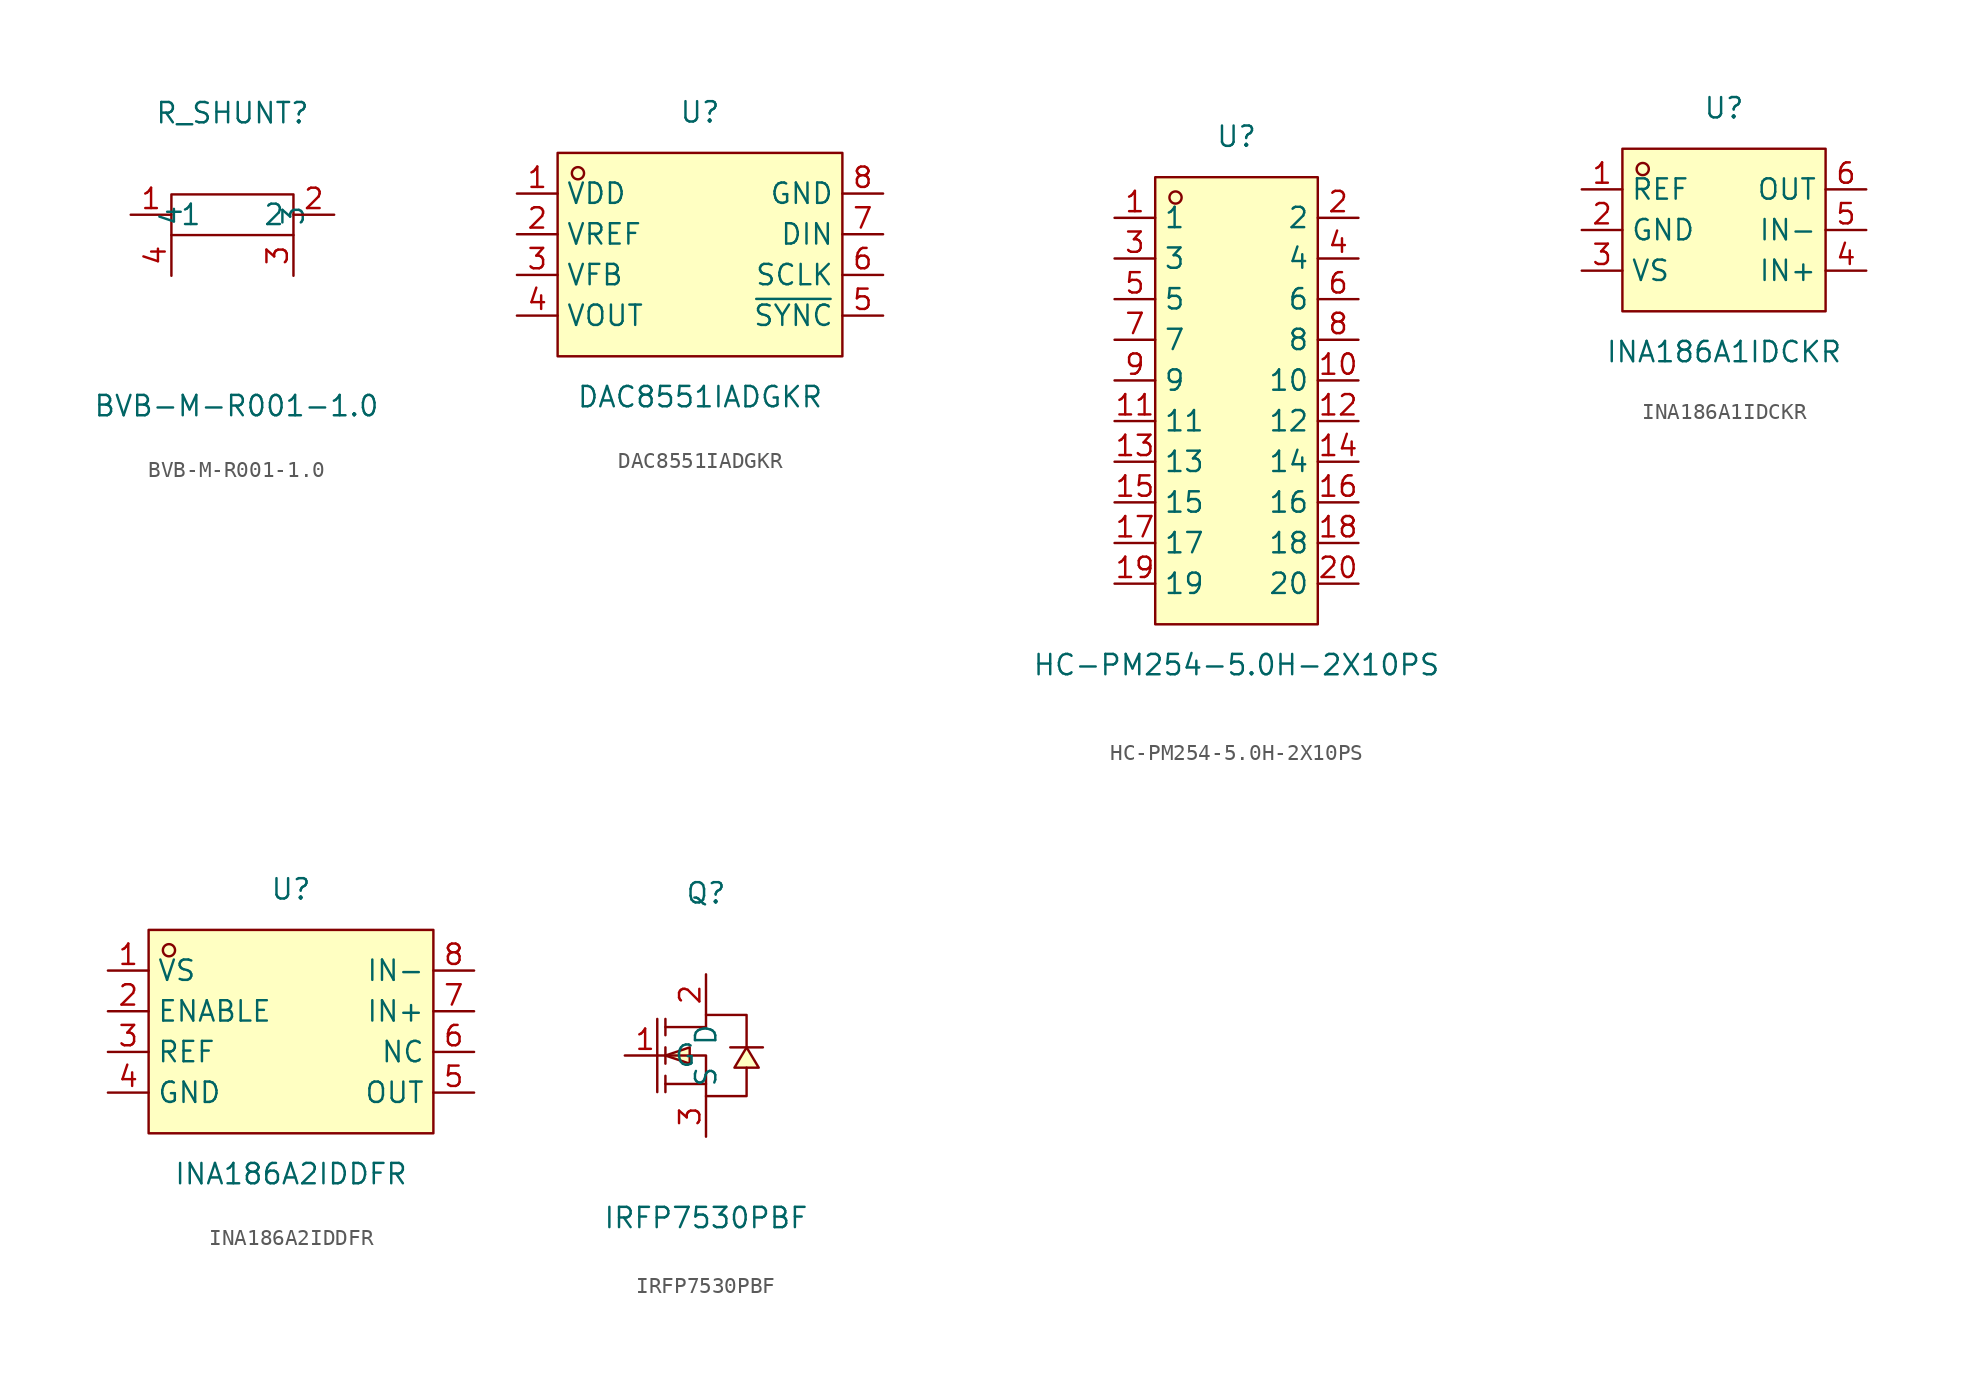
<source format=kicad_sym>
(kicad_symbol_lib
  (version 20241209)
  (generator "kicad_symbol_editor")
  (generator_version "9.0")
  (symbol "BVB-M-R001-1.0"
    (property "Reference" "R_SHUNT"
      (at 0 6.35 0)
      (effects (font (size 1.27 1.27))))
    (property "Value" "BVB-M-R001-1.0"
      (at 0.254 -11.938 0)
      (effects (font (size 1.27 1.27))))
    (symbol "BVB-M-R001-1.0_0_1"
      (rectangle (start -3.81 1.27) (end 3.81 -1.27) (stroke (width 0) (type default)) (fill (type none)))
      (pin unspecified line (at -6.35 0 0) (length 2.54) (name "1" (effects (font (size 1.27 1.27)))) (number "1" (effects (font (size 1.27 1.27))))))
    (symbol "BVB-M-R001-1.0_1_1"
      (pin output line (at -3.81 -3.81 90) (length 2.54) (name "4" (effects (font (size 1.27 1.27)))) (number "4" (effects (font (size 1.27 1.27)))))
      (pin output line (at 3.81 -3.81 90) (length 2.54) (name "3" (effects (font (size 1.27 1.27)))) (number "3" (effects (font (size 1.27 1.27)))))
      (pin unspecified line (at 6.35 0 180) (length 2.54) (name "2" (effects (font (size 1.27 1.27)))) (number "2" (effects (font (size 1.27 1.27)))))))
  (symbol "DAC8551IADGKR"
    (property "Reference" "U"
      (at 0 8.89 0)
      (effects (font (size 1.27 1.27))))
    (property "Value" "DAC8551IADGKR"
      (at 0 -8.89 0)
      (effects (font (size 1.27 1.27))))
    (symbol "DAC8551IADGKR_0_1"
      (rectangle (start -8.89 6.35) (end 8.89 -6.35) (stroke (width 0) (type default)) (fill (type background)))
      (circle (center -7.62 5.08) (radius 0.38) (stroke (width 0) (type default)) (fill (type none)))
      (pin unspecified line (at -11.43 3.81 0) (length 2.54) (name "VDD" (effects (font (size 1.27 1.27)))) (number "1" (effects (font (size 1.27 1.27)))))
      (pin unspecified line (at -11.43 1.27 0) (length 2.54) (name "VREF" (effects (font (size 1.27 1.27)))) (number "2" (effects (font (size 1.27 1.27)))))
      (pin unspecified line (at -11.43 -1.27 0) (length 2.54) (name "VFB" (effects (font (size 1.27 1.27)))) (number "3" (effects (font (size 1.27 1.27)))))
      (pin unspecified line (at -11.43 -3.81 0) (length 2.54) (name "VOUT" (effects (font (size 1.27 1.27)))) (number "4" (effects (font (size 1.27 1.27)))))
      (pin unspecified line (at 11.43 3.81 180) (length 2.54) (name "GND" (effects (font (size 1.27 1.27)))) (number "8" (effects (font (size 1.27 1.27)))))
      (pin unspecified line (at 11.43 1.27 180) (length 2.54) (name "DIN" (effects (font (size 1.27 1.27)))) (number "7" (effects (font (size 1.27 1.27)))))
      (pin unspecified line (at 11.43 -1.27 180) (length 2.54) (name "SCLK" (effects (font (size 1.27 1.27)))) (number "6" (effects (font (size 1.27 1.27)))))
      (pin unspecified line (at 11.43 -3.81 180) (length 2.54) (name "~{SYNC}" (effects (font (size 1.27 1.27)))) (number "5" (effects (font (size 1.27 1.27)))))))
  (symbol "HC-PM254-5.0H-2X10PS"
    (property "Reference" "U"
      (at 0 17.78 0)
      (effects (font (size 1.27 1.27))))
    (property "Value" "HC-PM254-5.0H-2X10PS"
      (at 0 -15.24 0)
      (effects (font (size 1.27 1.27))))
    (symbol "HC-PM254-5.0H-2X10PS_0_1"
      (rectangle (start -5.08 15.24) (end 5.08 -12.7) (stroke (width 0) (type default)) (fill (type background)))
      (circle (center -3.81 13.97) (radius 0.38) (stroke (width 0) (type default)) (fill (type none)))
      (pin unspecified line (at -7.62 12.7 0) (length 2.54) (name "1" (effects (font (size 1.27 1.27)))) (number "1" (effects (font (size 1.27 1.27)))))
      (pin unspecified line (at -7.62 10.16 0) (length 2.54) (name "3" (effects (font (size 1.27 1.27)))) (number "3" (effects (font (size 1.27 1.27)))))
      (pin unspecified line (at -7.62 7.62 0) (length 2.54) (name "5" (effects (font (size 1.27 1.27)))) (number "5" (effects (font (size 1.27 1.27)))))
      (pin unspecified line (at -7.62 5.08 0) (length 2.54) (name "7" (effects (font (size 1.27 1.27)))) (number "7" (effects (font (size 1.27 1.27)))))
      (pin unspecified line (at -7.62 2.54 0) (length 2.54) (name "9" (effects (font (size 1.27 1.27)))) (number "9" (effects (font (size 1.27 1.27)))))
      (pin unspecified line (at -7.62 0 0) (length 2.54) (name "11" (effects (font (size 1.27 1.27)))) (number "11" (effects (font (size 1.27 1.27)))))
      (pin unspecified line (at -7.62 -2.54 0) (length 2.54) (name "13" (effects (font (size 1.27 1.27)))) (number "13" (effects (font (size 1.27 1.27)))))
      (pin unspecified line (at -7.62 -5.08 0) (length 2.54) (name "15" (effects (font (size 1.27 1.27)))) (number "15" (effects (font (size 1.27 1.27)))))
      (pin unspecified line (at -7.62 -7.62 0) (length 2.54) (name "17" (effects (font (size 1.27 1.27)))) (number "17" (effects (font (size 1.27 1.27)))))
      (pin unspecified line (at -7.62 -10.16 0) (length 2.54) (name "19" (effects (font (size 1.27 1.27)))) (number "19" (effects (font (size 1.27 1.27)))))
      (pin unspecified line (at 7.62 12.7 180) (length 2.54) (name "2" (effects (font (size 1.27 1.27)))) (number "2" (effects (font (size 1.27 1.27)))))
      (pin unspecified line (at 7.62 10.16 180) (length 2.54) (name "4" (effects (font (size 1.27 1.27)))) (number "4" (effects (font (size 1.27 1.27)))))
      (pin unspecified line (at 7.62 7.62 180) (length 2.54) (name "6" (effects (font (size 1.27 1.27)))) (number "6" (effects (font (size 1.27 1.27)))))
      (pin unspecified line (at 7.62 5.08 180) (length 2.54) (name "8" (effects (font (size 1.27 1.27)))) (number "8" (effects (font (size 1.27 1.27)))))
      (pin unspecified line (at 7.62 2.54 180) (length 2.54) (name "10" (effects (font (size 1.27 1.27)))) (number "10" (effects (font (size 1.27 1.27)))))
      (pin unspecified line (at 7.62 0 180) (length 2.54) (name "12" (effects (font (size 1.27 1.27)))) (number "12" (effects (font (size 1.27 1.27)))))
      (pin unspecified line (at 7.62 -2.54 180) (length 2.54) (name "14" (effects (font (size 1.27 1.27)))) (number "14" (effects (font (size 1.27 1.27)))))
      (pin unspecified line (at 7.62 -5.08 180) (length 2.54) (name "16" (effects (font (size 1.27 1.27)))) (number "16" (effects (font (size 1.27 1.27)))))
      (pin unspecified line (at 7.62 -7.62 180) (length 2.54) (name "18" (effects (font (size 1.27 1.27)))) (number "18" (effects (font (size 1.27 1.27)))))
      (pin unspecified line (at 7.62 -10.16 180) (length 2.54) (name "20" (effects (font (size 1.27 1.27)))) (number "20" (effects (font (size 1.27 1.27)))))))
  (symbol "INA186A1IDCKR"
    (property "Reference" "U"
      (at 0 7.62 0)
      (effects (font (size 1.27 1.27))))
    (property "Value" "INA186A1IDCKR"
      (at 0 -7.62 0)
      (effects (font (size 1.27 1.27))))
    (symbol "INA186A1IDCKR_0_1"
      (rectangle (start -6.35 5.08) (end 6.35 -5.08) (stroke (width 0) (type default)) (fill (type background)))
      (circle (center -5.08 3.81) (radius 0.38) (stroke (width 0) (type default)) (fill (type none)))
      (pin unspecified line (at -8.89 2.54 0) (length 2.54) (name "REF" (effects (font (size 1.27 1.27)))) (number "1" (effects (font (size 1.27 1.27)))))
      (pin unspecified line (at -8.89 0 0) (length 2.54) (name "GND" (effects (font (size 1.27 1.27)))) (number "2" (effects (font (size 1.27 1.27)))))
      (pin unspecified line (at -8.89 -2.54 0) (length 2.54) (name "VS" (effects (font (size 1.27 1.27)))) (number "3" (effects (font (size 1.27 1.27)))))
      (pin unspecified line (at 8.89 2.54 180) (length 2.54) (name "OUT" (effects (font (size 1.27 1.27)))) (number "6" (effects (font (size 1.27 1.27)))))
      (pin unspecified line (at 8.89 0 180) (length 2.54) (name "IN-" (effects (font (size 1.27 1.27)))) (number "5" (effects (font (size 1.27 1.27)))))
      (pin unspecified line (at 8.89 -2.54 180) (length 2.54) (name "IN+" (effects (font (size 1.27 1.27)))) (number "4" (effects (font (size 1.27 1.27)))))))
  (symbol "INA186A2IDDFR"
    (property "Reference" "U"
      (at 0 8.89 0)
      (effects (font (size 1.27 1.27))))
    (property "Value" "INA186A2IDDFR"
      (at 0 -8.89 0)
      (effects (font (size 1.27 1.27))))
    (symbol "INA186A2IDDFR_0_1"
      (rectangle (start -8.89 6.35) (end 8.89 -6.35) (stroke (width 0) (type default)) (fill (type background)))
      (circle (center -7.62 5.08) (radius 0.38) (stroke (width 0) (type default)) (fill (type none)))
      (pin unspecified line (at -11.43 3.81 0) (length 2.54) (name "VS" (effects (font (size 1.27 1.27)))) (number "1" (effects (font (size 1.27 1.27)))))
      (pin unspecified line (at -11.43 1.27 0) (length 2.54) (name "ENABLE" (effects (font (size 1.27 1.27)))) (number "2" (effects (font (size 1.27 1.27)))))
      (pin unspecified line (at -11.43 -1.27 0) (length 2.54) (name "REF" (effects (font (size 1.27 1.27)))) (number "3" (effects (font (size 1.27 1.27)))))
      (pin unspecified line (at -11.43 -3.81 0) (length 2.54) (name "GND" (effects (font (size 1.27 1.27)))) (number "4" (effects (font (size 1.27 1.27)))))
      (pin unspecified line (at 11.43 3.81 180) (length 2.54) (name "IN-" (effects (font (size 1.27 1.27)))) (number "8" (effects (font (size 1.27 1.27)))))
      (pin unspecified line (at 11.43 1.27 180) (length 2.54) (name "IN+" (effects (font (size 1.27 1.27)))) (number "7" (effects (font (size 1.27 1.27)))))
      (pin unspecified line (at 11.43 -1.27 180) (length 2.54) (name "NC" (effects (font (size 1.27 1.27)))) (number "6" (effects (font (size 1.27 1.27)))))
      (pin unspecified line (at 11.43 -3.81 180) (length 2.54) (name "OUT" (effects (font (size 1.27 1.27)))) (number "5" (effects (font (size 1.27 1.27)))))))
  (symbol "IRFP7530PBF"
    (property "Reference" "Q"
      (at 0 10.16 0)
      (effects (font (size 1.27 1.27))))
    (property "Value" "IRFP7530PBF"
      (at 0 -10.16 0)
      (effects (font (size 1.27 1.27))))
    (symbol "IRFP7530PBF_0_1"
      (polyline (pts (xy -3.05 2.29) (xy -3.05 -2.29)) (stroke (width 0) (type default)) (fill (type none)))
      (polyline (pts (xy -2.54 2.29) (xy -2.54 1.27)) (stroke (width 0) (type default)) (fill (type none)))
      (polyline (pts (xy -2.54 1.78) (xy 0 1.78) (xy 0 2.54) (xy 2.54 2.54) (xy 2.54 0.51)) (stroke (width 0) (type default)) (fill (type none)))
      (polyline (pts (xy -2.54 0) (xy -1.02 -0.51) (xy -1.02 0.51) (xy -2.54 0)) (stroke (width 0) (type default)) (fill (type background)))
      (polyline (pts (xy -2.54 0) (xy 0 0) (xy 0 -2.54) (xy 2.54 -2.54) (xy 2.54 -0.76)) (stroke (width 0) (type default)) (fill (type none)))
      (polyline (pts (xy -2.54 -0.51) (xy -2.54 0.51)) (stroke (width 0) (type default)) (fill (type none)))
      (polyline (pts (xy -2.54 -2.29) (xy -2.54 -1.27)) (stroke (width 0) (type default)) (fill (type none)))
      (polyline (pts (xy 0 -1.78) (xy -2.54 -1.78)) (stroke (width 0) (type default)) (fill (type none)))
      (polyline (pts (xy 2.54 0.51) (xy 1.78 -0.76) (xy 3.3 -0.76) (xy 2.54 0.51)) (stroke (width 0) (type default)) (fill (type background)))
      (polyline (pts (xy 3.56 0.51) (xy 3.05 0.51) (xy 2.03 0.51) (xy 1.52 0.51)) (stroke (width 0) (type default)) (fill (type none)))
      (pin unspecified line (at -5.08 0 0) (length 2.54) (name "G" (effects (font (size 1.27 1.27)))) (number "1" (effects (font (size 1.27 1.27)))))
      (pin unspecified line (at 0 5.08 270) (length 2.54) (name "D" (effects (font (size 1.27 1.27)))) (number "2" (effects (font (size 1.27 1.27)))))
      (pin unspecified line (at 0 -5.08 90) (length 2.54) (name "S" (effects (font (size 1.27 1.27)))) (number "3" (effects (font (size 1.27 1.27))))))))
</source>
